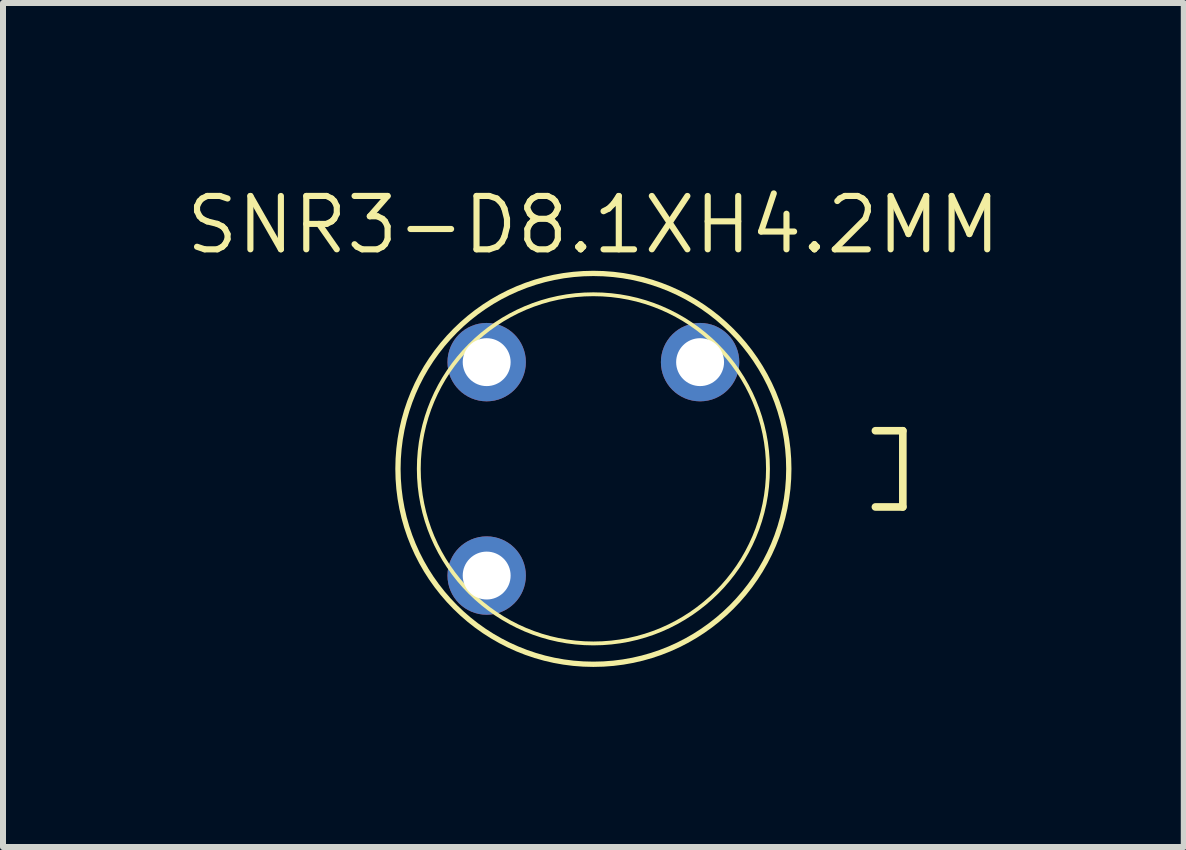
<source format=kicad_pcb>
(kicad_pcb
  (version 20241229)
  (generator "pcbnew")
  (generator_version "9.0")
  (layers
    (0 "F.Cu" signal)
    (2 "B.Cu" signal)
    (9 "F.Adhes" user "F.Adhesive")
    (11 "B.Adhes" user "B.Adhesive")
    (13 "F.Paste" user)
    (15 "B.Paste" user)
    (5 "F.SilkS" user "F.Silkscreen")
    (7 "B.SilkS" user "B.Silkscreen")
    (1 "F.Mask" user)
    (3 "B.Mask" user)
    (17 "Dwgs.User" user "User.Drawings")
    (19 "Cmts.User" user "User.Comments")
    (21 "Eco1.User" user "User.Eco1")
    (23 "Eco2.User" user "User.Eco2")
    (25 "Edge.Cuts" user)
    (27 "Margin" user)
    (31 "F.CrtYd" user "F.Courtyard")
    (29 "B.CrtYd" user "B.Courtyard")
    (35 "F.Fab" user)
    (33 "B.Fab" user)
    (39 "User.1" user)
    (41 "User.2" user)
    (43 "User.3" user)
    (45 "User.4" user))
  (footprint "SNR3-D8.1XH4.2MM"
    (layer "F.Cu")
    (at 6.837 4.762)
    (property "Reference" "SNR3-D8.1XH4.2MM" (at 0 -4.064 0) (layer "F.SilkS") (effects (font (size 0.889 0.889) (thickness 0.102))))
    (attr exclude_from_pos_files exclude_from_bom)
    (fp_line (start 4.699 -0.635) (end 5.156 -0.635) (stroke (width 0.127) (type solid)) (layer "F.SilkS"))
    (fp_line (start 5.156 -0.635) (end 5.156 0.635) (stroke (width 0.127) (type solid)) (layer "F.SilkS"))
    (fp_line (start 5.156 0.635) (end 4.699 0.635) (stroke (width 0.127) (type solid)) (layer "F.SilkS"))
    (fp_circle (center 0 0) (end -2.311 2.311) (stroke (width 0.064) (type solid)) (fill no) (layer "F.SilkS"))
    (fp_circle (center 0 0) (end -2.294 2.294) (stroke (width 0.064) (type solid)) (fill no) (layer "F.SilkS"))
    (fp_circle (center 0 0) (end -2.057 2.057) (stroke (width 0.064) (type solid)) (fill no) (layer "F.SilkS"))
    (pad "1" thru_hole circle (at 1.778 -1.778) (size 1.306 1.306) (drill 0.798) (layers "*.Cu" "*.Mask"))
    (pad "2" thru_hole circle (at -1.778 -1.778) (size 1.306 1.306) (drill 0.798) (layers "*.Cu" "*.Mask"))
    (pad "3" thru_hole circle (at -1.778 1.778) (size 1.306 1.306) (drill 0.798) (layers "*.Cu" "*.Mask")))
  (gr_rect
    (start -3 -3)
    (end 16.674 11.063)
    (stroke (width 0.1) (type default))
    (fill no)
    (layer "Edge.Cuts")))
</source>
